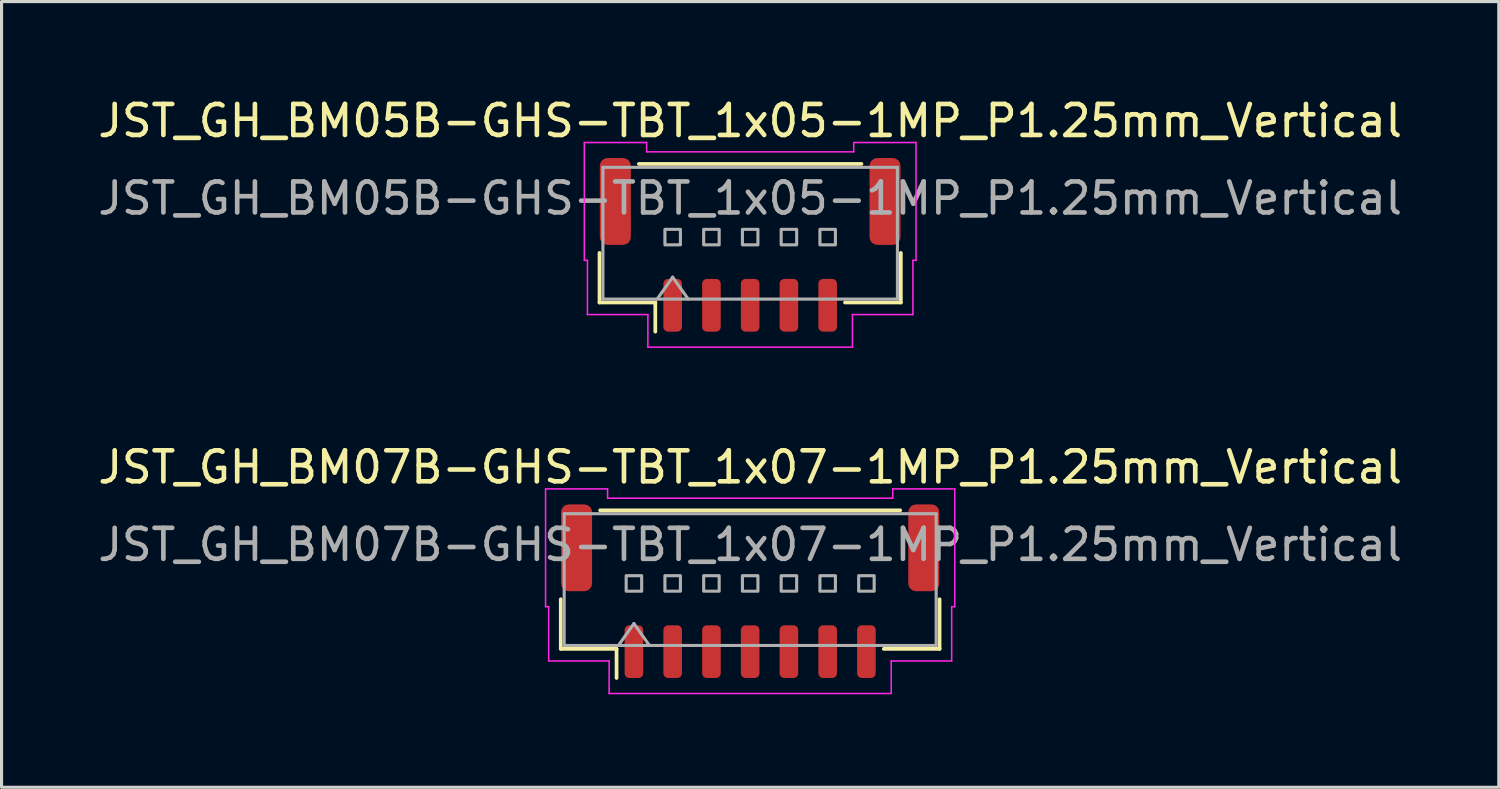
<source format=kicad_pcb>
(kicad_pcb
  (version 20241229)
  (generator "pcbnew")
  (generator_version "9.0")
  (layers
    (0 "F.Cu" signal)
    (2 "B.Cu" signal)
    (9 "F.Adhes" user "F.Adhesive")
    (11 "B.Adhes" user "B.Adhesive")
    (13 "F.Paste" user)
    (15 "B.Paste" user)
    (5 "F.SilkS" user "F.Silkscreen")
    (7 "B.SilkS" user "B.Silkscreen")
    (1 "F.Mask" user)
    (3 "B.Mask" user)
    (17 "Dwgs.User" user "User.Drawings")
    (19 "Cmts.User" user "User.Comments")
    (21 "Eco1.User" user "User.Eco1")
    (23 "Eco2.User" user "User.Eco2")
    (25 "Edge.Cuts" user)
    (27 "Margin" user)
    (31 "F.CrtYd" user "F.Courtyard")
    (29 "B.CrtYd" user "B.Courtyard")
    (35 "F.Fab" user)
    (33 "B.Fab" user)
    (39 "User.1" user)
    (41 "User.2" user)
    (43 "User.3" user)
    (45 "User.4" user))
  (footprint "JST_GH_BM07B-GHS-TBT_1x07-1MP_P1.25mm_Vertical"
    (layer "F.Cu")
    (at 21.149 16.021)
    (property "Reference" "JST_GH_BM07B-GHS-TBT_1x07-1MP_P1.25mm_Vertical" (at 0 -4 0) (layer "F.SilkS") (effects (font (size 1 1) (thickness 0.15))))
    (attr smd)
    (fp_line (start -6.11 0.26) (end -6.11 1.86) (stroke (width 0.12) (type solid)) (layer "F.SilkS"))
    (fp_line (start -6.11 1.86) (end -4.31 1.86) (stroke (width 0.12) (type solid)) (layer "F.SilkS"))
    (fp_line (start -4.84 -2.61) (end 4.84 -2.61) (stroke (width 0.12) (type solid)) (layer "F.SilkS"))
    (fp_line (start -4.31 1.86) (end -4.31 2.8) (stroke (width 0.12) (type solid)) (layer "F.SilkS"))
    (fp_line (start 6.11 0.26) (end 6.11 1.86) (stroke (width 0.12) (type solid)) (layer "F.SilkS"))
    (fp_line (start 6.11 1.86) (end 4.31 1.86) (stroke (width 0.12) (type solid)) (layer "F.SilkS"))
    (fp_line (start -6.6 -3.3) (end -4.6 -3.3) (stroke (width 0.05) (type solid)) (layer "F.CrtYd"))
    (fp_line (start -6.6 0.5) (end -6.6 -3.3) (stroke (width 0.05) (type solid)) (layer "F.CrtYd"))
    (fp_line (start -6.5 0.5) (end -6.6 0.5) (stroke (width 0.05) (type solid)) (layer "F.CrtYd"))
    (fp_line (start -6.5 2.25) (end -6.5 0.5) (stroke (width 0.05) (type solid)) (layer "F.CrtYd"))
    (fp_line (start -4.6 -3.3) (end -4.6 -3) (stroke (width 0.05) (type solid)) (layer "F.CrtYd"))
    (fp_line (start -4.6 -3) (end 4.6 -3) (stroke (width 0.05) (type solid)) (layer "F.CrtYd"))
    (fp_line (start -4.55 2.25) (end -6.5 2.25) (stroke (width 0.05) (type solid)) (layer "F.CrtYd"))
    (fp_line (start -4.55 3.3) (end -4.55 2.25) (stroke (width 0.05) (type solid)) (layer "F.CrtYd"))
    (fp_line (start 4.55 2.25) (end 4.55 3.3) (stroke (width 0.05) (type solid)) (layer "F.CrtYd"))
    (fp_line (start 4.55 3.3) (end -4.55 3.3) (stroke (width 0.05) (type solid)) (layer "F.CrtYd"))
    (fp_line (start 4.6 -3.3) (end 6.6 -3.3) (stroke (width 0.05) (type solid)) (layer "F.CrtYd"))
    (fp_line (start 4.6 -3) (end 4.6 -3.3) (stroke (width 0.05) (type solid)) (layer "F.CrtYd"))
    (fp_line (start 6.5 0.5) (end 6.5 2.25) (stroke (width 0.05) (type solid)) (layer "F.CrtYd"))
    (fp_line (start 6.5 2.25) (end 4.55 2.25) (stroke (width 0.05) (type solid)) (layer "F.CrtYd"))
    (fp_line (start 6.6 -3.3) (end 6.6 0.5) (stroke (width 0.05) (type solid)) (layer "F.CrtYd"))
    (fp_line (start 6.6 0.5) (end 6.5 0.5) (stroke (width 0.05) (type solid)) (layer "F.CrtYd"))
    (fp_line (start -6 -2.5) (end 6 -2.5) (stroke (width 0.1) (type solid)) (layer "F.Fab"))
    (fp_line (start -6 1.75) (end -6 -2.5) (stroke (width 0.1) (type solid)) (layer "F.Fab"))
    (fp_line (start -6 1.75) (end 6 1.75) (stroke (width 0.1) (type solid)) (layer "F.Fab"))
    (fp_line (start -4.25 1.75) (end -3.75 1.043) (stroke (width 0.1) (type solid)) (layer "F.Fab"))
    (fp_line (start -3.75 1.043) (end -3.25 1.75) (stroke (width 0.1) (type solid)) (layer "F.Fab"))
    (fp_line (start 6 1.75) (end 6 -2.5) (stroke (width 0.1) (type solid)) (layer "F.Fab"))
    (fp_rect (start -4 -0.5) (end -3.5 0) (stroke (width 0.1) (type solid)) (fill no) (layer "F.Fab"))
    (fp_rect (start -2.75 -0.5) (end -2.25 0) (stroke (width 0.1) (type solid)) (fill no) (layer "F.Fab"))
    (fp_rect (start -1.5 -0.5) (end -1 0) (stroke (width 0.1) (type solid)) (fill no) (layer "F.Fab"))
    (fp_rect (start -0.25 -0.5) (end 0.25 0) (stroke (width 0.1) (type solid)) (fill no) (layer "F.Fab"))
    (fp_rect (start 1 -0.5) (end 1.5 0) (stroke (width 0.1) (type solid)) (fill no) (layer "F.Fab"))
    (fp_rect (start 2.25 -0.5) (end 2.75 0) (stroke (width 0.1) (type solid)) (fill no) (layer "F.Fab"))
    (fp_rect (start 3.5 -0.5) (end 4 0) (stroke (width 0.1) (type solid)) (fill no) (layer "F.Fab"))
    (fp_text user "${REFERENCE}" (at 0 -1.5 0) (layer "F.Fab") (effects (font (size 1 1) (thickness 0.15))))
    (pad "1" smd roundrect (at -3.75 1.95) (size 0.6 1.7) (layers "F.Cu" "F.Mask" "F.Paste") (roundrect_rratio 0.25))
    (pad "2" smd roundrect (at -2.5 1.95) (size 0.6 1.7) (layers "F.Cu" "F.Mask" "F.Paste") (roundrect_rratio 0.25))
    (pad "3" smd roundrect (at -1.25 1.95) (size 0.6 1.7) (layers "F.Cu" "F.Mask" "F.Paste") (roundrect_rratio 0.25))
    (pad "4" smd roundrect (at 0 1.95) (size 0.6 1.7) (layers "F.Cu" "F.Mask" "F.Paste") (roundrect_rratio 0.25))
    (pad "5" smd roundrect (at 1.25 1.95) (size 0.6 1.7) (layers "F.Cu" "F.Mask" "F.Paste") (roundrect_rratio 0.25))
    (pad "6" smd roundrect (at 2.5 1.95) (size 0.6 1.7) (layers "F.Cu" "F.Mask" "F.Paste") (roundrect_rratio 0.25))
    (pad "7" smd roundrect (at 3.75 1.95) (size 0.6 1.7) (layers "F.Cu" "F.Mask" "F.Paste") (roundrect_rratio 0.25))
    (pad "MP" smd roundrect (at -5.6 -1.4) (size 1 2.8) (layers "F.Cu" "F.Mask" "F.Paste") (roundrect_rratio 0.25))
    (pad "MP" smd roundrect (at 5.6 -1.4) (size 1 2.8) (layers "F.Cu" "F.Mask" "F.Paste") (roundrect_rratio 0.25)))
  (footprint "JST_GH_BM05B-GHS-TBT_1x05-1MP_P1.25mm_Vertical"
    (layer "F.Cu")
    (at 21.149 4.848)
    (property "Reference" "JST_GH_BM05B-GHS-TBT_1x05-1MP_P1.25mm_Vertical" (at 0 -4 0) (layer "F.SilkS") (effects (font (size 1 1) (thickness 0.15))))
    (attr smd)
    (fp_line (start -4.86 0.26) (end -4.86 1.86) (stroke (width 0.12) (type solid)) (layer "F.SilkS"))
    (fp_line (start -4.86 1.86) (end -3.06 1.86) (stroke (width 0.12) (type solid)) (layer "F.SilkS"))
    (fp_line (start -3.59 -2.61) (end 3.59 -2.61) (stroke (width 0.12) (type solid)) (layer "F.SilkS"))
    (fp_line (start -3.06 1.86) (end -3.06 2.8) (stroke (width 0.12) (type solid)) (layer "F.SilkS"))
    (fp_line (start 4.86 0.26) (end 4.86 1.86) (stroke (width 0.12) (type solid)) (layer "F.SilkS"))
    (fp_line (start 4.86 1.86) (end 3.06 1.86) (stroke (width 0.12) (type solid)) (layer "F.SilkS"))
    (fp_line (start -5.35 -3.3) (end -3.34 -3.3) (stroke (width 0.05) (type solid)) (layer "F.CrtYd"))
    (fp_line (start -5.35 0.5) (end -5.35 -3.3) (stroke (width 0.05) (type solid)) (layer "F.CrtYd"))
    (fp_line (start -5.25 0.5) (end -5.35 0.5) (stroke (width 0.05) (type solid)) (layer "F.CrtYd"))
    (fp_line (start -5.25 2.25) (end -5.25 0.5) (stroke (width 0.05) (type solid)) (layer "F.CrtYd"))
    (fp_line (start -3.34 -3.3) (end -3.34 -3) (stroke (width 0.05) (type solid)) (layer "F.CrtYd"))
    (fp_line (start -3.34 -3) (end 3.34 -3) (stroke (width 0.05) (type solid)) (layer "F.CrtYd"))
    (fp_line (start -3.3 2.25) (end -5.25 2.25) (stroke (width 0.05) (type solid)) (layer "F.CrtYd"))
    (fp_line (start -3.3 3.3) (end -3.3 2.25) (stroke (width 0.05) (type solid)) (layer "F.CrtYd"))
    (fp_line (start 3.3 2.25) (end 3.3 3.3) (stroke (width 0.05) (type solid)) (layer "F.CrtYd"))
    (fp_line (start 3.3 3.3) (end -3.3 3.3) (stroke (width 0.05) (type solid)) (layer "F.CrtYd"))
    (fp_line (start 3.34 -3.3) (end 5.35 -3.3) (stroke (width 0.05) (type solid)) (layer "F.CrtYd"))
    (fp_line (start 3.34 -3) (end 3.34 -3.3) (stroke (width 0.05) (type solid)) (layer "F.CrtYd"))
    (fp_line (start 5.25 0.5) (end 5.25 2.25) (stroke (width 0.05) (type solid)) (layer "F.CrtYd"))
    (fp_line (start 5.25 2.25) (end 3.3 2.25) (stroke (width 0.05) (type solid)) (layer "F.CrtYd"))
    (fp_line (start 5.35 -3.3) (end 5.35 0.5) (stroke (width 0.05) (type solid)) (layer "F.CrtYd"))
    (fp_line (start 5.35 0.5) (end 5.25 0.5) (stroke (width 0.05) (type solid)) (layer "F.CrtYd"))
    (fp_line (start -4.75 -2.5) (end 4.75 -2.5) (stroke (width 0.1) (type solid)) (layer "F.Fab"))
    (fp_line (start -4.75 1.75) (end -4.75 -2.5) (stroke (width 0.1) (type solid)) (layer "F.Fab"))
    (fp_line (start -4.75 1.75) (end 4.75 1.75) (stroke (width 0.1) (type solid)) (layer "F.Fab"))
    (fp_line (start -3 1.75) (end -2.5 1.043) (stroke (width 0.1) (type solid)) (layer "F.Fab"))
    (fp_line (start -2.5 1.043) (end -2 1.75) (stroke (width 0.1) (type solid)) (layer "F.Fab"))
    (fp_line (start 4.75 1.75) (end 4.75 -2.5) (stroke (width 0.1) (type solid)) (layer "F.Fab"))
    (fp_rect (start -2.75 -0.5) (end -2.25 0) (stroke (width 0.1) (type solid)) (fill no) (layer "F.Fab"))
    (fp_rect (start -1.5 -0.5) (end -1 0) (stroke (width 0.1) (type solid)) (fill no) (layer "F.Fab"))
    (fp_rect (start -0.25 -0.5) (end 0.25 0) (stroke (width 0.1) (type solid)) (fill no) (layer "F.Fab"))
    (fp_rect (start 1 -0.5) (end 1.5 0) (stroke (width 0.1) (type solid)) (fill no) (layer "F.Fab"))
    (fp_rect (start 2.25 -0.5) (end 2.75 0) (stroke (width 0.1) (type solid)) (fill no) (layer "F.Fab"))
    (fp_text user "${REFERENCE}" (at 0 -1.5 0) (layer "F.Fab") (effects (font (size 1 1) (thickness 0.15))))
    (pad "1" smd roundrect (at -2.5 1.95) (size 0.6 1.7) (layers "F.Cu" "F.Mask" "F.Paste") (roundrect_rratio 0.25))
    (pad "2" smd roundrect (at -1.25 1.95) (size 0.6 1.7) (layers "F.Cu" "F.Mask" "F.Paste") (roundrect_rratio 0.25))
    (pad "3" smd roundrect (at 0 1.95) (size 0.6 1.7) (layers "F.Cu" "F.Mask" "F.Paste") (roundrect_rratio 0.25))
    (pad "4" smd roundrect (at 1.25 1.95) (size 0.6 1.7) (layers "F.Cu" "F.Mask" "F.Paste") (roundrect_rratio 0.25))
    (pad "5" smd roundrect (at 2.5 1.95) (size 0.6 1.7) (layers "F.Cu" "F.Mask" "F.Paste") (roundrect_rratio 0.25))
    (pad "MP" smd roundrect (at -4.35 -1.4) (size 1 2.8) (layers "F.Cu" "F.Mask" "F.Paste") (roundrect_rratio 0.25))
    (pad "MP" smd roundrect (at 4.35 -1.4) (size 1 2.8) (layers "F.Cu" "F.Mask" "F.Paste") (roundrect_rratio 0.25)))
  (gr_rect
    (start -3 -3)
    (end 45.298 22.346)
    (stroke (width 0.1) (type default))
    (fill no)
    (layer "Edge.Cuts")))
</source>
